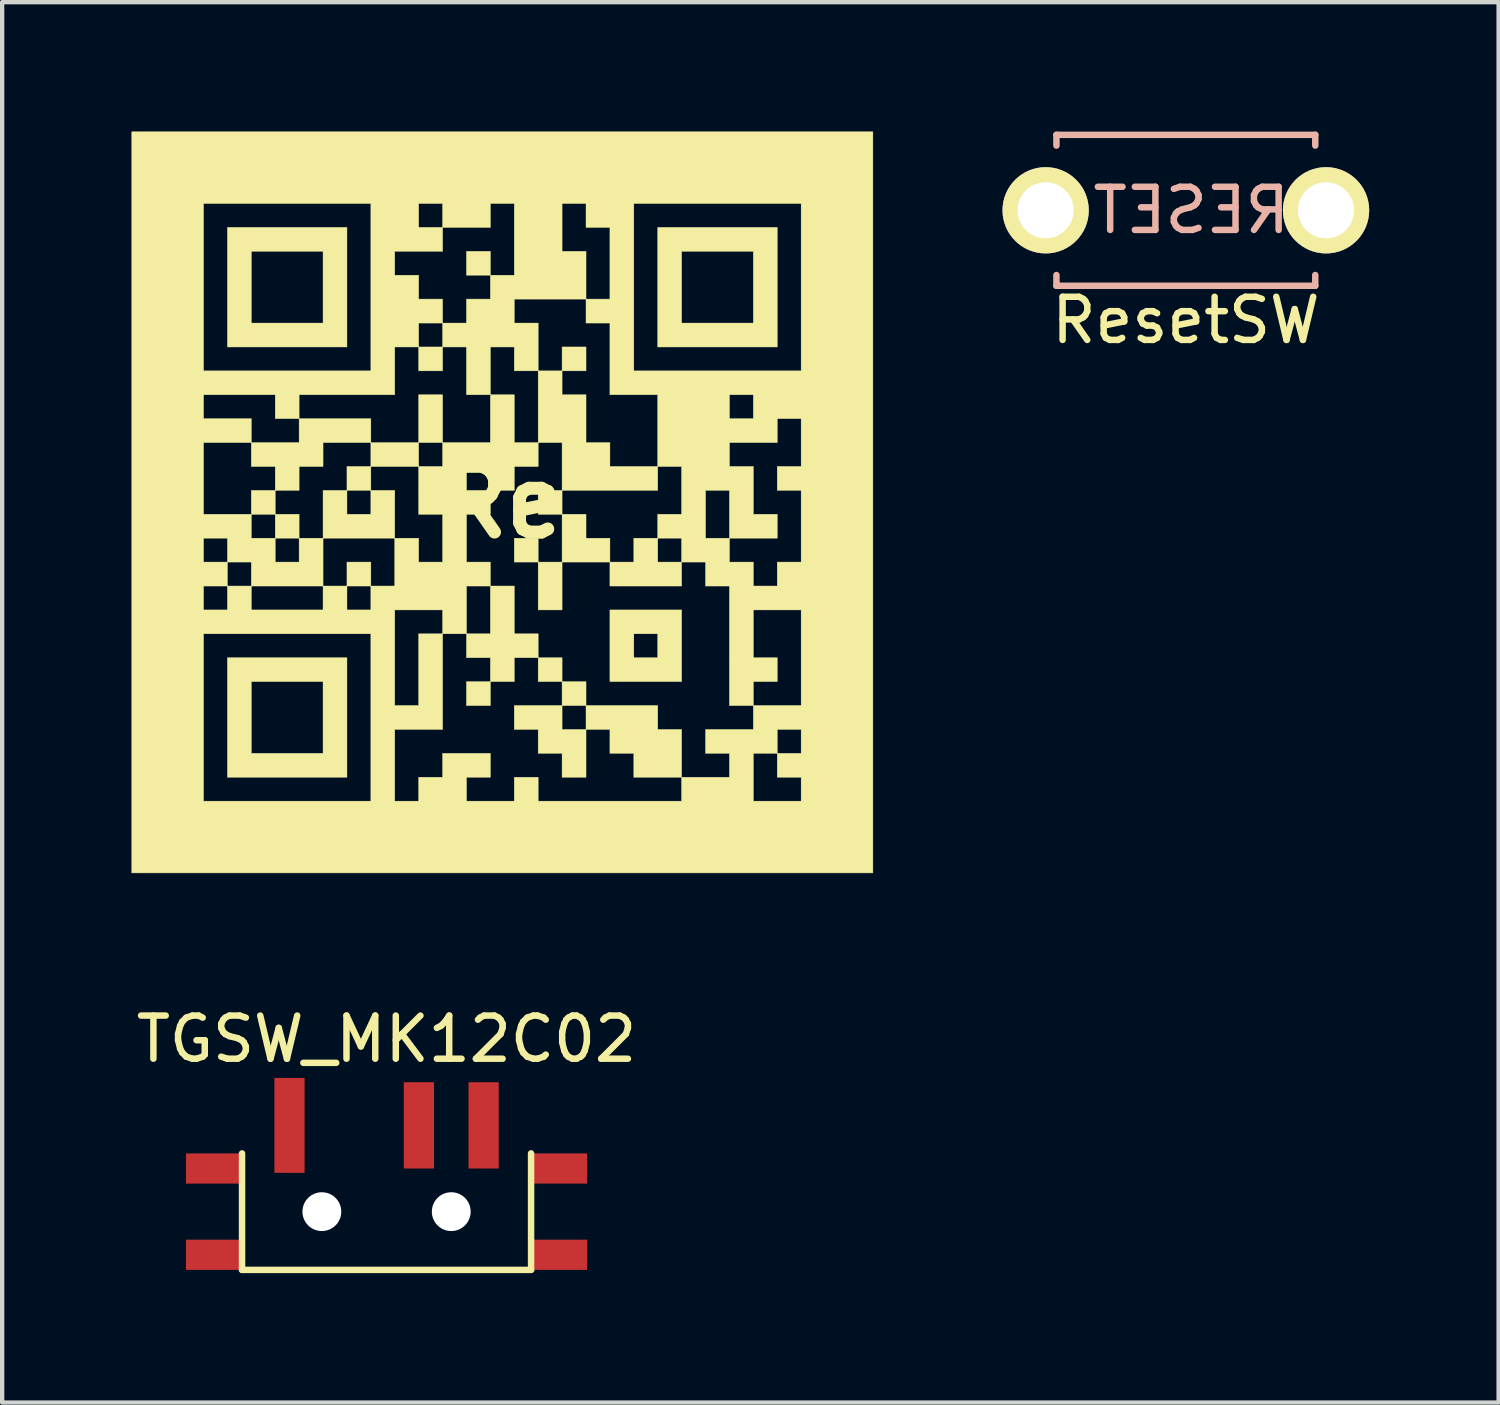
<source format=kicad_pcb>
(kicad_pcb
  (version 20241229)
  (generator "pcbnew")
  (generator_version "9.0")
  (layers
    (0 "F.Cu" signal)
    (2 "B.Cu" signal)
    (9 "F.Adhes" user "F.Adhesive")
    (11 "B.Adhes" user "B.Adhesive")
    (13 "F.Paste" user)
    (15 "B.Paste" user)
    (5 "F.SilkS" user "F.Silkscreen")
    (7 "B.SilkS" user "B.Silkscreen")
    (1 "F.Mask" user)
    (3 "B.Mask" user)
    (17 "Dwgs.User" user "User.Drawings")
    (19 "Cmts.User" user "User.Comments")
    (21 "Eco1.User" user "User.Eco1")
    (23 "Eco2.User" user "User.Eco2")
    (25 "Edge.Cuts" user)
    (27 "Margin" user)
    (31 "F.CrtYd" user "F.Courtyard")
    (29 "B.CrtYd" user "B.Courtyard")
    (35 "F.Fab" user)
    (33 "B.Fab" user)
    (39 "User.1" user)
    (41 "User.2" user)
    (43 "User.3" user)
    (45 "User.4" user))
  (footprint "ResetSW"
    (layer "F.Cu")
    (at 24.44 1.825)
    (property "Reference" "ResetSW" (at 0 2.55 0) (layer "F.SilkS") (effects (font (size 1 1) (thickness 0.15))))
    (attr through_hole)
    (fp_line (start -3 -1.75) (end 3 -1.75) (stroke (width 0.15) (type solid)) (layer "B.SilkS"))
    (fp_line (start -3 -1.5) (end -3 -1.75) (stroke (width 0.15) (type solid)) (layer "B.SilkS"))
    (fp_line (start -3 1.75) (end -3 1.5) (stroke (width 0.15) (type solid)) (layer "B.SilkS"))
    (fp_line (start 3 -1.75) (end 3 -1.5) (stroke (width 0.15) (type solid)) (layer "B.SilkS"))
    (fp_line (start 3 1.5) (end 3 1.75) (stroke (width 0.15) (type solid)) (layer "B.SilkS"))
    (fp_line (start 3 1.75) (end -3 1.75) (stroke (width 0.15) (type solid)) (layer "B.SilkS"))
    (fp_text user "RESET" (at 0.127 0 0) (layer "B.SilkS") (effects (font (size 1 1) (thickness 0.15)) (justify mirror)))
    (pad "1" thru_hole circle (at 3.25 0) (size 2 2) (drill 1.3) (layers "*.Cu" "*.Mask" "F.SilkS"))
    (pad "2" thru_hole circle (at -3.25 0) (size 2 2) (drill 1.3) (layers "*.Cu" "*.Mask" "F.SilkS")))
  (footprint "TGSW_MK12C02"
    (layer "F.Cu")
    (at 5.911 25.038)
    (property "Reference" "TGSW_MK12C02" (at 0 -4 180) (layer "F.SilkS") (effects (font (size 1 1) (thickness 0.15))))
    (attr through_hole)
    (fp_line (start -3.35 -1.35) (end -3.35 1.35) (stroke (width 0.15) (type solid)) (layer "F.SilkS"))
    (fp_line (start -3.35 1.35) (end 3.35 1.35) (stroke (width 0.15) (type solid)) (layer "F.SilkS"))
    (fp_line (start 3.35 -1.35) (end 3.35 1.35) (stroke (width 0.15) (type solid)) (layer "F.SilkS"))
    (pad "" np_thru_hole circle (at -1.5 0) (size 0.9 0.9) (drill 0.9) (layers "*.Cu" "*.Mask"))
    (pad "" np_thru_hole circle (at 1.5 0) (size 0.9 0.9) (drill 0.9) (layers "*.Cu" "*.Mask"))
    (pad "1" smd rect (at -2.25 -2) (size 0.7 2.2) (layers "F.Cu" "F.Mask" "F.Paste"))
    (pad "2" smd rect (at 0.75 -2) (size 0.7 2) (layers "F.Cu" "F.Mask" "F.Paste"))
    (pad "3" smd rect (at 2.25 -2) (size 0.7 2) (layers "F.Cu" "F.Mask" "F.Paste"))
    (pad "4" smd rect (at -4 -1 270) (size 0.7 1.3) (layers "F.Cu" "F.Mask" "F.Paste"))
    (pad "4" smd rect (at -4 1 270) (size 0.7 1.3) (layers "F.Cu" "F.Mask" "F.Paste"))
    (pad "4" smd rect (at 4 -1 270) (size 0.7 1.3) (layers "F.Cu" "F.Mask" "F.Paste"))
    (pad "4" smd rect (at 4 1 270) (size 0.7 1.3) (layers "F.Cu" "F.Mask" "F.Paste")))
  (footprint "Re"
    (layer "F.Cu")
    (at 8.595 8.595)
    (property "Reference" "Re" (at 0 0 180) (layer "F.SilkS") (effects (font (size 1.524 1.524) (thickness 0.3))))
    (attr through_hole)
    (fp_poly (pts (xy -5.265 0.277) (xy -5.819 0.277) (xy -5.819 -0.277) (xy -5.265 -0.277) (xy -5.265 0.277)) (stroke (width 0.01) (type solid)) (fill yes) (layer "F.SilkS"))
    (fp_poly (pts (xy -4.711 0.831) (xy -5.265 0.831) (xy -5.265 0.277) (xy -4.711 0.277) (xy -4.711 0.831)) (stroke (width 0.01) (type solid)) (fill yes) (layer "F.SilkS"))
    (fp_poly (pts (xy -3.048 1.94) (xy -3.602 1.94) (xy -3.602 1.385) (xy -3.048 1.385) (xy -3.048 1.94)) (stroke (width 0.01) (type solid)) (fill yes) (layer "F.SilkS"))
    (fp_poly (pts (xy -1.94 -0.831) (xy -3.048 -0.831) (xy -3.048 -1.385) (xy -1.94 -1.385) (xy -1.94 -0.831)) (stroke (width 0.01) (type solid)) (fill yes) (layer "F.SilkS"))
    (fp_poly (pts (xy -1.385 -3.048) (xy -1.94 -3.048) (xy -1.94 -3.602) (xy -1.385 -3.602) (xy -1.385 -3.048)) (stroke (width 0.01) (type solid)) (fill yes) (layer "F.SilkS"))
    (fp_poly (pts (xy -1.385 -1.385) (xy -1.94 -1.385) (xy -1.94 -2.494) (xy -1.385 -2.494) (xy -1.385 -1.385)) (stroke (width 0.01) (type solid)) (fill yes) (layer "F.SilkS"))
    (fp_poly (pts (xy -0.277 -5.265) (xy -0.831 -5.265) (xy -0.831 -5.819) (xy -0.277 -5.819) (xy -0.277 -5.265)) (stroke (width 0.01) (type solid)) (fill yes) (layer "F.SilkS"))
    (fp_poly (pts (xy -0.277 4.711) (xy -0.831 4.711) (xy -0.831 4.156) (xy -0.277 4.156) (xy -0.277 4.711)) (stroke (width 0.01) (type solid)) (fill yes) (layer "F.SilkS"))
    (fp_poly (pts (xy 0.831 1.385) (xy 0.277 1.385) (xy 0.277 0.831) (xy 0.831 0.831) (xy 0.831 1.385)) (stroke (width 0.01) (type solid)) (fill yes) (layer "F.SilkS"))
    (fp_poly (pts (xy 1.385 0.277) (xy 0.831 0.277) (xy 0.831 -0.277) (xy 1.385 -0.277) (xy 1.385 0.277)) (stroke (width 0.01) (type solid)) (fill yes) (layer "F.SilkS"))
    (fp_poly (pts (xy 1.385 2.494) (xy 0.831 2.494) (xy 0.831 1.385) (xy 1.385 1.385) (xy 1.385 2.494)) (stroke (width 0.01) (type solid)) (fill yes) (layer "F.SilkS"))
    (fp_poly (pts (xy 1.385 4.156) (xy 0.831 4.156) (xy 0.831 3.602) (xy 1.385 3.602) (xy 1.385 4.156)) (stroke (width 0.01) (type solid)) (fill yes) (layer "F.SilkS"))
    (fp_poly (pts (xy 1.94 -3.048) (xy 1.385 -3.048) (xy 1.385 -3.602) (xy 1.94 -3.602) (xy 1.94 -3.048)) (stroke (width 0.01) (type solid)) (fill yes) (layer "F.SilkS"))
    (fp_poly (pts (xy 1.94 0.831) (xy 2.494 0.831) (xy 2.494 1.385) (xy 1.385 1.385) (xy 1.385 0.277) (xy 1.94 0.277) (xy 1.94 0.831)) (stroke (width 0.01) (type solid)) (fill yes) (layer "F.SilkS"))
    (fp_poly (pts (xy 3.602 1.385) (xy 4.156 1.385) (xy 4.156 1.94) (xy 2.494 1.94) (xy 2.494 1.385) (xy 3.048 1.385) (xy 3.048 0.831) (xy 3.602 0.831) (xy 3.602 1.385)) (stroke (width 0.01) (type solid)) (fill yes) (layer "F.SilkS"))
    (fp_poly (pts (xy -3.602 -3.602) (xy -6.373 -3.602) (xy -6.373 -5.819) (xy -5.819 -5.819) (xy -5.819 -4.156) (xy -4.156 -4.156) (xy -4.156 -5.819) (xy -5.819 -5.819) (xy -6.373 -5.819) (xy -6.373 -6.373) (xy -3.602 -6.373) (xy -3.602 -3.602)) (stroke (width 0.01) (type solid)) (fill yes) (layer "F.SilkS"))
    (fp_poly (pts (xy -3.602 6.373) (xy -6.373 6.373) (xy -6.373 4.156) (xy -5.819 4.156) (xy -5.819 5.819) (xy -4.156 5.819) (xy -4.156 4.156) (xy -5.819 4.156) (xy -6.373 4.156) (xy -6.373 3.602) (xy -3.602 3.602) (xy -3.602 6.373)) (stroke (width 0.01) (type solid)) (fill yes) (layer "F.SilkS"))
    (fp_poly (pts (xy 4.156 4.156) (xy 2.494 4.156) (xy 2.494 3.048) (xy 3.048 3.048) (xy 3.048 3.602) (xy 3.602 3.602) (xy 3.602 3.048) (xy 3.048 3.048) (xy 2.494 3.048) (xy 2.494 2.494) (xy 4.156 2.494) (xy 4.156 4.156)) (stroke (width 0.01) (type solid)) (fill yes) (layer "F.SilkS"))
    (fp_poly (pts (xy 6.373 -3.602) (xy 3.602 -3.602) (xy 3.602 -5.819) (xy 4.156 -5.819) (xy 4.156 -4.156) (xy 5.819 -4.156) (xy 5.819 -5.819) (xy 4.156 -5.819) (xy 3.602 -5.819) (xy 3.602 -6.373) (xy 6.373 -6.373) (xy 6.373 -3.602)) (stroke (width 0.01) (type solid)) (fill yes) (layer "F.SilkS"))
    (fp_poly (pts (xy -3.048 -1.385) (xy -4.156 -1.385) (xy -4.156 -0.831) (xy -4.711 -0.831) (xy -4.711 -0.277) (xy -5.265 -0.277) (xy -5.265 -0.831) (xy -5.819 -0.831) (xy -5.819 -1.385) (xy -4.711 -1.385) (xy -4.711 -1.94) (xy -3.048 -1.94) (xy -3.048 -1.385)) (stroke (width 0.01) (type solid)) (fill yes) (layer "F.SilkS"))
    (fp_poly (pts (xy -2.494 -0.277) (xy -2.494 0.831) (xy -4.156 0.831) (xy -4.156 -0.277) (xy -3.602 -0.277) (xy -3.602 0.277) (xy -3.048 0.277) (xy -3.048 -0.277) (xy -3.602 -0.277) (xy -3.602 -0.831) (xy -3.048 -0.831) (xy -3.048 -0.277) (xy -2.494 -0.277)) (stroke (width 0.01) (type solid)) (fill yes) (layer "F.SilkS"))
    (fp_poly (pts (xy 0.277 3.048) (xy 0.831 3.048) (xy 0.831 3.602) (xy 0.277 3.602) (xy 0.277 4.156) (xy -0.277 4.156) (xy -0.277 3.602) (xy -0.831 3.602) (xy -0.831 3.048) (xy -0.277 3.048) (xy -0.277 1.94) (xy 0.277 1.94) (xy 0.277 3.048)) (stroke (width 0.01) (type solid)) (fill yes) (layer "F.SilkS"))
    (fp_poly (pts (xy 1.385 -2.494) (xy 1.94 -2.494) (xy 1.94 -1.385) (xy 2.494 -1.385) (xy 2.494 -0.831) (xy 3.602 -0.831) (xy 3.602 -0.277) (xy 1.385 -0.277) (xy 1.385 -1.385) (xy 0.831 -1.385) (xy 0.831 -3.048) (xy 1.385 -3.048) (xy 1.385 -2.494)) (stroke (width 0.01) (type solid)) (fill yes) (layer "F.SilkS"))
    (fp_poly (pts (xy 3.602 4.711) (xy 3.602 5.265) (xy 4.156 5.265) (xy 4.156 6.373) (xy 3.048 6.373) (xy 3.048 5.819) (xy 2.494 5.819) (xy 2.494 5.265) (xy 1.94 5.265) (xy 1.94 6.373) (xy 1.385 6.373) (xy 1.385 5.819) (xy 0.831 5.819) (xy 0.831 5.265) (xy 0.277 5.265) (xy 0.277 4.711) (xy 1.385 4.711) (xy 1.385 5.265) (xy 1.94 5.265) (xy 1.94 4.711) (xy 1.385 4.711) (xy 1.385 4.156) (xy 1.94 4.156) (xy 1.94 4.711) (xy 3.602 4.711)) (stroke (width 0.01) (type solid)) (fill yes) (layer "F.SilkS"))
    (fp_poly (pts (xy 8.59 8.59) (xy -8.59 8.59) (xy -8.59 3.048) (xy -6.927 3.048) (xy -6.927 6.927) (xy -3.048 6.927) (xy -3.048 5.265) (xy -2.494 5.265) (xy -2.494 6.927) (xy -1.94 6.927) (xy -1.94 6.373) (xy -1.385 6.373) (xy -1.385 5.819) (xy -0.277 5.819) (xy -0.277 6.373) (xy -0.831 6.373) (xy -0.831 6.927) (xy 0.277 6.927) (xy 0.277 6.373) (xy 0.831 6.373) (xy 0.831 6.927) (xy 4.156 6.927) (xy 4.156 6.373) (xy 5.265 6.373) (xy 5.265 5.819) (xy 5.819 5.819) (xy 5.819 6.927) (xy 6.927 6.927) (xy 6.927 6.373) (xy 6.373 6.373) (xy 6.373 5.819) (xy 5.819 5.819) (xy 5.265 5.819) (xy 4.711 5.819) (xy 4.711 5.265) (xy 5.819 5.265) (xy 6.373 5.265) (xy 6.373 5.819) (xy 6.927 5.819) (xy 6.927 5.265) (xy 6.373 5.265) (xy 5.819 5.265) (xy 5.819 4.711) (xy 5.265 4.711) (xy 5.265 2.494) (xy 5.819 2.494) (xy 5.819 3.602) (xy 6.373 3.602) (xy 6.373 4.156) (xy 5.819 4.156) (xy 5.819 4.711) (xy 6.927 4.711) (xy 6.927 2.494) (xy 5.819 2.494) (xy 5.265 2.494) (xy 5.265 1.94) (xy 4.711 1.94) (xy 4.711 1.385) (xy 4.156 1.385) (xy 4.156 0.831) (xy 3.602 0.831) (xy 3.602 0.277) (xy 4.156 0.277) (xy 4.156 -0.277) (xy 4.711 -0.277) (xy 4.711 0.831) (xy 5.265 0.831) (xy 5.265 -0.277) (xy 4.711 -0.277) (xy 4.156 -0.277) (xy 4.156 -0.831) (xy 3.602 -0.831) (xy 3.602 -1.385) (xy 5.265 -1.385) (xy 5.265 -0.831) (xy 5.819 -0.831) (xy 5.819 0.277) (xy 6.373 0.277) (xy 6.373 0.831) (xy 5.265 0.831) (xy 5.265 1.385) (xy 5.819 1.385) (xy 5.819 1.94) (xy 6.373 1.94) (xy 6.373 1.385) (xy 6.927 1.385) (xy 6.927 -0.277) (xy 6.373 -0.277) (xy 6.373 -0.831) (xy 6.927 -0.831) (xy 6.927 -1.94) (xy 6.373 -1.94) (xy 6.373 -1.385) (xy 5.265 -1.385) (xy 3.602 -1.385) (xy 3.602 -2.494) (xy 5.265 -2.494) (xy 5.265 -1.94) (xy 5.819 -1.94) (xy 5.819 -2.494) (xy 5.265 -2.494) (xy 3.602 -2.494) (xy 2.494 -2.494) (xy 2.494 -4.156) (xy 1.94 -4.156) (xy 1.94 -4.711) (xy 0.277 -4.711) (xy 0.277 -4.156) (xy 0.831 -4.156) (xy 0.831 -3.048) (xy 0.277 -3.048) (xy 0.277 -3.602) (xy -0.277 -3.602) (xy -0.277 -2.494) (xy 0.277 -2.494) (xy 0.277 -1.385) (xy 0.831 -1.385) (xy 0.831 -0.831) (xy 0.277 -0.831) (xy 0.277 -0.277) (xy -0.277 -0.277) (xy -0.277 0.277) (xy -0.831 0.277) (xy -0.831 1.385) (xy -0.277 1.385) (xy -0.277 1.94) (xy -0.831 1.94) (xy -0.831 3.048) (xy -1.385 3.048) (xy -1.385 5.265) (xy -2.494 5.265) (xy -3.048 5.265) (xy -3.048 3.048) (xy -6.927 3.048) (xy -8.59 3.048) (xy -8.59 1.94) (xy -6.927 1.94) (xy -6.927 2.494) (xy -6.373 2.494) (xy -6.373 1.94) (xy -6.927 1.94) (xy -8.59 1.94) (xy -8.59 0.831) (xy -6.927 0.831) (xy -6.927 1.385) (xy -6.373 1.385) (xy -6.373 1.94) (xy -5.819 1.94) (xy -5.819 2.494) (xy -4.156 2.494) (xy -4.156 1.94) (xy -5.819 1.94) (xy -5.819 1.385) (xy -6.373 1.385) (xy -6.373 0.831) (xy -6.927 0.831) (xy -8.59 0.831) (xy -8.59 -2.494) (xy -6.927 -2.494) (xy -6.927 -1.94) (xy -5.819 -1.94) (xy -5.819 -1.385) (xy -6.927 -1.385) (xy -6.927 0.277) (xy -5.819 0.277) (xy -5.819 0.831) (xy -5.265 0.831) (xy -5.265 1.385) (xy -4.711 1.385) (xy -4.711 0.831) (xy -4.156 0.831) (xy -4.156 1.94) (xy -3.602 1.94) (xy -3.602 2.494) (xy -3.048 2.494) (xy -2.494 2.494) (xy -2.494 4.711) (xy -1.94 4.711) (xy -1.94 3.048) (xy -1.385 3.048) (xy -1.385 2.494) (xy -2.494 2.494) (xy -3.048 2.494) (xy -3.048 1.94) (xy -2.494 1.94) (xy -2.494 0.831) (xy -1.94 0.831) (xy -1.94 1.385) (xy -1.385 1.385) (xy -1.385 0.277) (xy -1.94 0.277) (xy -1.94 -0.831) (xy -1.385 -0.831) (xy -0.831 -0.831) (xy -0.831 -0.277) (xy -0.277 -0.277) (xy -0.277 -0.831) (xy -0.831 -0.831) (xy -1.385 -0.831) (xy -1.385 -1.385) (xy -0.277 -1.385) (xy -0.277 -2.494) (xy -0.831 -2.494) (xy -0.831 -3.602) (xy -1.385 -3.602) (xy -1.385 -4.156) (xy -1.94 -4.156) (xy -1.94 -3.602) (xy -2.494 -3.602) (xy -2.494 -2.494) (xy -4.711 -2.494) (xy -4.711 -1.94) (xy -5.265 -1.94) (xy -5.265 -2.494) (xy -6.927 -2.494) (xy -8.59 -2.494) (xy -8.59 -6.927) (xy -6.927 -6.927) (xy -6.927 -3.048) (xy -3.048 -3.048) (xy -3.048 -5.819) (xy -2.494 -5.819) (xy -2.494 -5.265) (xy -1.94 -5.265) (xy -1.94 -4.711) (xy -1.385 -4.711) (xy -1.385 -4.156) (xy -0.831 -4.156) (xy -0.831 -4.711) (xy -0.277 -4.711) (xy -0.277 -5.265) (xy 0.277 -5.265) (xy 0.277 -6.927) (xy 1.385 -6.927) (xy 1.385 -5.819) (xy 1.94 -5.819) (xy 1.94 -4.711) (xy 2.494 -4.711) (xy 2.494 -6.373) (xy 1.94 -6.373) (xy 1.94 -6.927) (xy 3.048 -6.927) (xy 3.048 -3.048) (xy 6.927 -3.048) (xy 6.927 -6.927) (xy 3.048 -6.927) (xy 1.94 -6.927) (xy 1.385 -6.927) (xy 0.277 -6.927) (xy -0.277 -6.927) (xy -0.277 -6.373) (xy -1.385 -6.373) (xy -1.385 -5.819) (xy -2.494 -5.819) (xy -3.048 -5.819) (xy -3.048 -6.927) (xy -1.94 -6.927) (xy -1.94 -6.373) (xy -1.385 -6.373) (xy -1.385 -6.927) (xy -1.94 -6.927) (xy -3.048 -6.927) (xy -6.927 -6.927) (xy -8.59 -6.927) (xy -8.59 -8.59) (xy 8.59 -8.59) (xy 8.59 8.59)) (stroke (width 0.01) (type solid)) (fill yes) (layer "F.SilkS")))
  (gr_rect
    (start -3 -3)
    (end 31.69 29.463)
    (stroke (width 0.1) (type default))
    (fill no)
    (layer "Edge.Cuts")))
</source>
